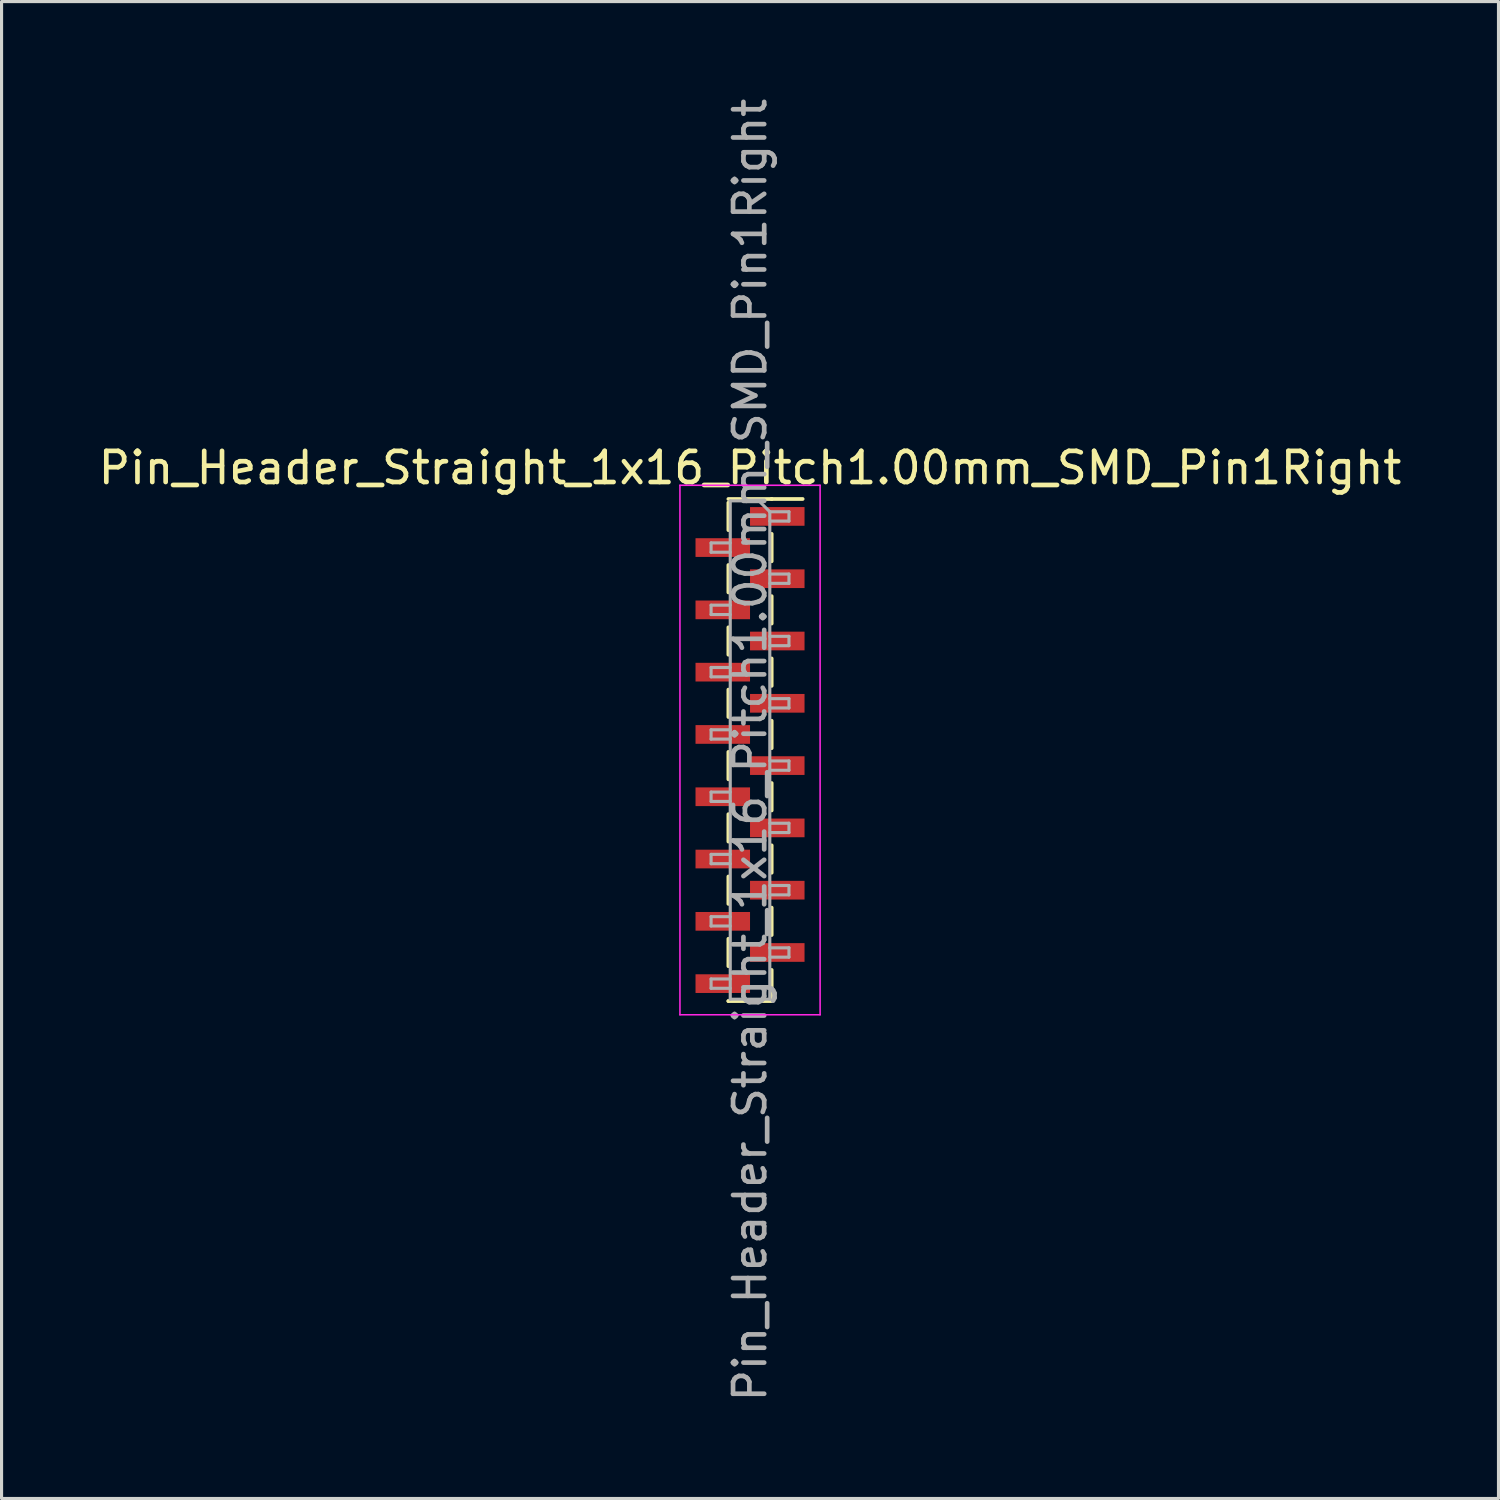
<source format=kicad_pcb>
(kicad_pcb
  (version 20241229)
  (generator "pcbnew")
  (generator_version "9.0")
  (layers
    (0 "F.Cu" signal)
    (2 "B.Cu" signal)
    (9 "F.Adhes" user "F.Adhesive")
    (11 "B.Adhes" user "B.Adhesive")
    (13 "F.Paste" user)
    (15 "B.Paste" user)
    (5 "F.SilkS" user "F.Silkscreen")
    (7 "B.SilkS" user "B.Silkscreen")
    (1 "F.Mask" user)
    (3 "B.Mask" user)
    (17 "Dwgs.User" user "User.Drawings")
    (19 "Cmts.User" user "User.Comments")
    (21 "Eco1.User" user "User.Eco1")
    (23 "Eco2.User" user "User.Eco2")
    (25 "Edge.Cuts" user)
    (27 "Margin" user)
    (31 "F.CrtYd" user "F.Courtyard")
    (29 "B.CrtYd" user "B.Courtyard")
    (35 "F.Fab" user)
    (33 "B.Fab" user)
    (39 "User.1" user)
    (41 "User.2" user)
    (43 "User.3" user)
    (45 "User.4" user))
  (footprint "Pin_Header_Straight_1x16_Pitch1.00mm_SMD_Pin1Right"
    (layer "F.Cu")
    (at 21.03 21.03)
    (property "Reference" "Pin_Header_Straight_1x16_Pitch1.00mm_SMD_Pin1Right" (at 0 -9.06 0) (layer "F.SilkS") (effects (font (size 1 1) (thickness 0.15))))
    (attr smd)
    (fp_line (start -0.695 -8.06) (end 0.695 -8.06) (stroke (width 0.12) (type solid)) (layer "F.SilkS"))
    (fp_line (start -0.695 -7.94) (end -0.695 -7.06) (stroke (width 0.12) (type solid)) (layer "F.SilkS"))
    (fp_line (start -0.695 -5.94) (end -0.695 -5.06) (stroke (width 0.12) (type solid)) (layer "F.SilkS"))
    (fp_line (start -0.695 -3.94) (end -0.695 -3.06) (stroke (width 0.12) (type solid)) (layer "F.SilkS"))
    (fp_line (start -0.695 -1.94) (end -0.695 -1.06) (stroke (width 0.12) (type solid)) (layer "F.SilkS"))
    (fp_line (start -0.695 0.06) (end -0.695 0.94) (stroke (width 0.12) (type solid)) (layer "F.SilkS"))
    (fp_line (start -0.695 2.06) (end -0.695 2.94) (stroke (width 0.12) (type solid)) (layer "F.SilkS"))
    (fp_line (start -0.695 4.06) (end -0.695 4.94) (stroke (width 0.12) (type solid)) (layer "F.SilkS"))
    (fp_line (start -0.695 6.06) (end -0.695 6.94) (stroke (width 0.12) (type solid)) (layer "F.SilkS"))
    (fp_line (start -0.695 8.06) (end -0.695 8.06) (stroke (width 0.12) (type solid)) (layer "F.SilkS"))
    (fp_line (start -0.695 8.06) (end 0.695 8.06) (stroke (width 0.12) (type solid)) (layer "F.SilkS"))
    (fp_line (start 0.695 -8.06) (end 0.695 -8.06) (stroke (width 0.12) (type solid)) (layer "F.SilkS"))
    (fp_line (start 0.695 -8.06) (end 1.69 -8.06) (stroke (width 0.12) (type solid)) (layer "F.SilkS"))
    (fp_line (start 0.695 -6.94) (end 0.695 -6.06) (stroke (width 0.12) (type solid)) (layer "F.SilkS"))
    (fp_line (start 0.695 -4.94) (end 0.695 -4.06) (stroke (width 0.12) (type solid)) (layer "F.SilkS"))
    (fp_line (start 0.695 -2.94) (end 0.695 -2.06) (stroke (width 0.12) (type solid)) (layer "F.SilkS"))
    (fp_line (start 0.695 -0.94) (end 0.695 -0.06) (stroke (width 0.12) (type solid)) (layer "F.SilkS"))
    (fp_line (start 0.695 1.06) (end 0.695 1.94) (stroke (width 0.12) (type solid)) (layer "F.SilkS"))
    (fp_line (start 0.695 3.06) (end 0.695 3.94) (stroke (width 0.12) (type solid)) (layer "F.SilkS"))
    (fp_line (start 0.695 5.06) (end 0.695 5.94) (stroke (width 0.12) (type solid)) (layer "F.SilkS"))
    (fp_line (start 0.695 7.06) (end 0.695 7.94) (stroke (width 0.12) (type solid)) (layer "F.SilkS"))
    (fp_line (start -2.25 -8.5) (end -2.25 8.5) (stroke (width 0.05) (type solid)) (layer "F.CrtYd"))
    (fp_line (start -2.25 8.5) (end 2.25 8.5) (stroke (width 0.05) (type solid)) (layer "F.CrtYd"))
    (fp_line (start 2.25 -8.5) (end -2.25 -8.5) (stroke (width 0.05) (type solid)) (layer "F.CrtYd"))
    (fp_line (start 2.25 8.5) (end 2.25 -8.5) (stroke (width 0.05) (type solid)) (layer "F.CrtYd"))
    (fp_line (start -1.25 -6.65) (end -1.25 -6.35) (stroke (width 0.1) (type solid)) (layer "F.Fab"))
    (fp_line (start -1.25 -6.35) (end -0.635 -6.35) (stroke (width 0.1) (type solid)) (layer "F.Fab"))
    (fp_line (start -1.25 -4.65) (end -1.25 -4.35) (stroke (width 0.1) (type solid)) (layer "F.Fab"))
    (fp_line (start -1.25 -4.35) (end -0.635 -4.35) (stroke (width 0.1) (type solid)) (layer "F.Fab"))
    (fp_line (start -1.25 -2.65) (end -1.25 -2.35) (stroke (width 0.1) (type solid)) (layer "F.Fab"))
    (fp_line (start -1.25 -2.35) (end -0.635 -2.35) (stroke (width 0.1) (type solid)) (layer "F.Fab"))
    (fp_line (start -1.25 -0.65) (end -1.25 -0.35) (stroke (width 0.1) (type solid)) (layer "F.Fab"))
    (fp_line (start -1.25 -0.35) (end -0.635 -0.35) (stroke (width 0.1) (type solid)) (layer "F.Fab"))
    (fp_line (start -1.25 1.35) (end -1.25 1.65) (stroke (width 0.1) (type solid)) (layer "F.Fab"))
    (fp_line (start -1.25 1.65) (end -0.635 1.65) (stroke (width 0.1) (type solid)) (layer "F.Fab"))
    (fp_line (start -1.25 3.35) (end -1.25 3.65) (stroke (width 0.1) (type solid)) (layer "F.Fab"))
    (fp_line (start -1.25 3.65) (end -0.635 3.65) (stroke (width 0.1) (type solid)) (layer "F.Fab"))
    (fp_line (start -1.25 5.35) (end -1.25 5.65) (stroke (width 0.1) (type solid)) (layer "F.Fab"))
    (fp_line (start -1.25 5.65) (end -0.635 5.65) (stroke (width 0.1) (type solid)) (layer "F.Fab"))
    (fp_line (start -1.25 7.35) (end -1.25 7.65) (stroke (width 0.1) (type solid)) (layer "F.Fab"))
    (fp_line (start -1.25 7.65) (end -0.635 7.65) (stroke (width 0.1) (type solid)) (layer "F.Fab"))
    (fp_line (start -0.635 -8) (end -0.635 8) (stroke (width 0.1) (type solid)) (layer "F.Fab"))
    (fp_line (start -0.635 -8) (end 0.285 -8) (stroke (width 0.1) (type solid)) (layer "F.Fab"))
    (fp_line (start -0.635 -6.65) (end -1.25 -6.65) (stroke (width 0.1) (type solid)) (layer "F.Fab"))
    (fp_line (start -0.635 -4.65) (end -1.25 -4.65) (stroke (width 0.1) (type solid)) (layer "F.Fab"))
    (fp_line (start -0.635 -2.65) (end -1.25 -2.65) (stroke (width 0.1) (type solid)) (layer "F.Fab"))
    (fp_line (start -0.635 -0.65) (end -1.25 -0.65) (stroke (width 0.1) (type solid)) (layer "F.Fab"))
    (fp_line (start -0.635 1.35) (end -1.25 1.35) (stroke (width 0.1) (type solid)) (layer "F.Fab"))
    (fp_line (start -0.635 3.35) (end -1.25 3.35) (stroke (width 0.1) (type solid)) (layer "F.Fab"))
    (fp_line (start -0.635 5.35) (end -1.25 5.35) (stroke (width 0.1) (type solid)) (layer "F.Fab"))
    (fp_line (start -0.635 7.35) (end -1.25 7.35) (stroke (width 0.1) (type solid)) (layer "F.Fab"))
    (fp_line (start 0.635 -7.65) (end 0.285 -8) (stroke (width 0.1) (type solid)) (layer "F.Fab"))
    (fp_line (start 0.635 -7.65) (end 1.25 -7.65) (stroke (width 0.1) (type solid)) (layer "F.Fab"))
    (fp_line (start 0.635 -5.65) (end 1.25 -5.65) (stroke (width 0.1) (type solid)) (layer "F.Fab"))
    (fp_line (start 0.635 -3.65) (end 1.25 -3.65) (stroke (width 0.1) (type solid)) (layer "F.Fab"))
    (fp_line (start 0.635 -1.65) (end 1.25 -1.65) (stroke (width 0.1) (type solid)) (layer "F.Fab"))
    (fp_line (start 0.635 0.35) (end 1.25 0.35) (stroke (width 0.1) (type solid)) (layer "F.Fab"))
    (fp_line (start 0.635 2.35) (end 1.25 2.35) (stroke (width 0.1) (type solid)) (layer "F.Fab"))
    (fp_line (start 0.635 4.35) (end 1.25 4.35) (stroke (width 0.1) (type solid)) (layer "F.Fab"))
    (fp_line (start 0.635 6.35) (end 1.25 6.35) (stroke (width 0.1) (type solid)) (layer "F.Fab"))
    (fp_line (start 0.635 8) (end -0.635 8) (stroke (width 0.1) (type solid)) (layer "F.Fab"))
    (fp_line (start 0.635 8) (end 0.635 -7.65) (stroke (width 0.1) (type solid)) (layer "F.Fab"))
    (fp_line (start 1.25 -7.65) (end 1.25 -7.35) (stroke (width 0.1) (type solid)) (layer "F.Fab"))
    (fp_line (start 1.25 -7.35) (end 0.635 -7.35) (stroke (width 0.1) (type solid)) (layer "F.Fab"))
    (fp_line (start 1.25 -5.65) (end 1.25 -5.35) (stroke (width 0.1) (type solid)) (layer "F.Fab"))
    (fp_line (start 1.25 -5.35) (end 0.635 -5.35) (stroke (width 0.1) (type solid)) (layer "F.Fab"))
    (fp_line (start 1.25 -3.65) (end 1.25 -3.35) (stroke (width 0.1) (type solid)) (layer "F.Fab"))
    (fp_line (start 1.25 -3.35) (end 0.635 -3.35) (stroke (width 0.1) (type solid)) (layer "F.Fab"))
    (fp_line (start 1.25 -1.65) (end 1.25 -1.35) (stroke (width 0.1) (type solid)) (layer "F.Fab"))
    (fp_line (start 1.25 -1.35) (end 0.635 -1.35) (stroke (width 0.1) (type solid)) (layer "F.Fab"))
    (fp_line (start 1.25 0.35) (end 1.25 0.65) (stroke (width 0.1) (type solid)) (layer "F.Fab"))
    (fp_line (start 1.25 0.65) (end 0.635 0.65) (stroke (width 0.1) (type solid)) (layer "F.Fab"))
    (fp_line (start 1.25 2.35) (end 1.25 2.65) (stroke (width 0.1) (type solid)) (layer "F.Fab"))
    (fp_line (start 1.25 2.65) (end 0.635 2.65) (stroke (width 0.1) (type solid)) (layer "F.Fab"))
    (fp_line (start 1.25 4.35) (end 1.25 4.65) (stroke (width 0.1) (type solid)) (layer "F.Fab"))
    (fp_line (start 1.25 4.65) (end 0.635 4.65) (stroke (width 0.1) (type solid)) (layer "F.Fab"))
    (fp_line (start 1.25 6.35) (end 1.25 6.65) (stroke (width 0.1) (type solid)) (layer "F.Fab"))
    (fp_line (start 1.25 6.65) (end 0.635 6.65) (stroke (width 0.1) (type solid)) (layer "F.Fab"))
    (fp_text user "${REFERENCE}" (at 0 0 90) (layer "F.Fab") (effects (font (size 1 1) (thickness 0.15))))
    (pad "1" smd rect (at 0.875 -7.5) (size 1.75 0.6) (layers "F.Cu" "F.Mask" "F.Paste"))
    (pad "2" smd rect (at -0.875 -6.5) (size 1.75 0.6) (layers "F.Cu" "F.Mask" "F.Paste"))
    (pad "3" smd rect (at 0.875 -5.5) (size 1.75 0.6) (layers "F.Cu" "F.Mask" "F.Paste"))
    (pad "4" smd rect (at -0.875 -4.5) (size 1.75 0.6) (layers "F.Cu" "F.Mask" "F.Paste"))
    (pad "5" smd rect (at 0.875 -3.5) (size 1.75 0.6) (layers "F.Cu" "F.Mask" "F.Paste"))
    (pad "6" smd rect (at -0.875 -2.5) (size 1.75 0.6) (layers "F.Cu" "F.Mask" "F.Paste"))
    (pad "7" smd rect (at 0.875 -1.5) (size 1.75 0.6) (layers "F.Cu" "F.Mask" "F.Paste"))
    (pad "8" smd rect (at -0.875 -0.5) (size 1.75 0.6) (layers "F.Cu" "F.Mask" "F.Paste"))
    (pad "9" smd rect (at 0.875 0.5) (size 1.75 0.6) (layers "F.Cu" "F.Mask" "F.Paste"))
    (pad "10" smd rect (at -0.875 1.5) (size 1.75 0.6) (layers "F.Cu" "F.Mask" "F.Paste"))
    (pad "11" smd rect (at 0.875 2.5) (size 1.75 0.6) (layers "F.Cu" "F.Mask" "F.Paste"))
    (pad "12" smd rect (at -0.875 3.5) (size 1.75 0.6) (layers "F.Cu" "F.Mask" "F.Paste"))
    (pad "13" smd rect (at 0.875 4.5) (size 1.75 0.6) (layers "F.Cu" "F.Mask" "F.Paste"))
    (pad "14" smd rect (at -0.875 5.5) (size 1.75 0.6) (layers "F.Cu" "F.Mask" "F.Paste"))
    (pad "15" smd rect (at 0.875 6.5) (size 1.75 0.6) (layers "F.Cu" "F.Mask" "F.Paste"))
    (pad "16" smd rect (at -0.875 7.5) (size 1.75 0.6) (layers "F.Cu" "F.Mask" "F.Paste")))
  (gr_rect
    (start -3 -3)
    (end 45.06 45.06)
    (stroke (width 0.1) (type default))
    (fill no)
    (layer "Edge.Cuts")))
</source>
